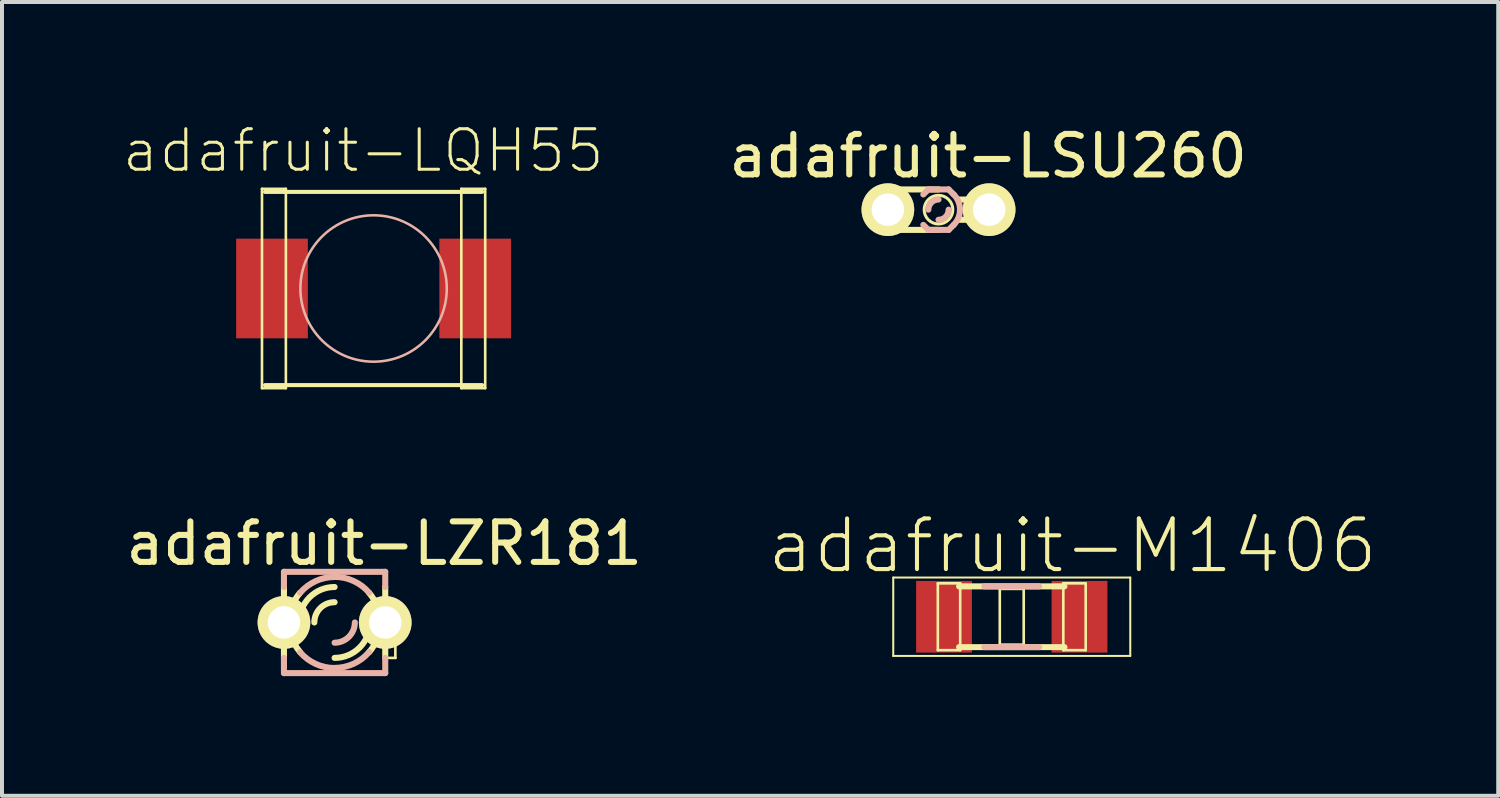
<source format=kicad_pcb>
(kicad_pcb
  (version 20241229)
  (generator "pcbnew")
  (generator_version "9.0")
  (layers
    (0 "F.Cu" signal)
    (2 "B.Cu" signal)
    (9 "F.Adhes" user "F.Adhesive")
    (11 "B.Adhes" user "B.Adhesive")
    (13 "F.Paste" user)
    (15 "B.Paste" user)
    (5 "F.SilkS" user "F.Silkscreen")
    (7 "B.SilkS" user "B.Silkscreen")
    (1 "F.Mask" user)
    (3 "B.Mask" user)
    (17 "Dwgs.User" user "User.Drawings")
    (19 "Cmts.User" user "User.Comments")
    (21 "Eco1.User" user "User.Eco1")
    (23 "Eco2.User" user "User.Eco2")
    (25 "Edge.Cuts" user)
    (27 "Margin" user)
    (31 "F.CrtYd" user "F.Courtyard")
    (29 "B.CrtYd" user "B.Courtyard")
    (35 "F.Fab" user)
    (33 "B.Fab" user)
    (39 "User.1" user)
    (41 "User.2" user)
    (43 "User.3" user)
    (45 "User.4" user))
  (footprint "adafruit-LZR181"
    (layer "F.Cu")
    (at 5.341 12.56)
    (property "Reference" "adafruit-LZR181" (at 1.245 -1.981 0) (layer "F.SilkS") (effects (font (size 1.016 1.016) (thickness 0.152))))
    (attr exclude_from_pos_files exclude_from_bom)
    (fp_line (start -1.524 -0.254) (end -1.27 -0.254) (stroke (width 0.066) (type solid)) (layer "F.SilkS"))
    (fp_line (start -1.524 0.254) (end -1.524 -0.254) (stroke (width 0.066) (type solid)) (layer "F.SilkS"))
    (fp_line (start -1.524 0.254) (end -1.27 0.254) (stroke (width 0.066) (type solid)) (layer "F.SilkS"))
    (fp_line (start -1.27 0.254) (end -1.27 -0.254) (stroke (width 0.066) (type solid)) (layer "F.SilkS"))
    (fp_line (start -1.27 0.889) (end -1.27 -0.889) (stroke (width 0.152) (type solid)) (layer "F.SilkS"))
    (fp_line (start 1.27 -0.889) (end 1.27 0.889) (stroke (width 0.152) (type solid)) (layer "F.SilkS"))
    (fp_line (start 1.27 -0.254) (end 1.524 -0.254) (stroke (width 0.066) (type solid)) (layer "F.SilkS"))
    (fp_line (start 1.27 0.889) (end 1.27 -0.254) (stroke (width 0.066) (type solid)) (layer "F.SilkS"))
    (fp_line (start 1.27 0.889) (end 1.524 0.889) (stroke (width 0.066) (type solid)) (layer "F.SilkS"))
    (fp_line (start 1.524 0.889) (end 1.524 -0.254) (stroke (width 0.066) (type solid)) (layer "F.SilkS"))
    (fp_arc (start -1.143 0) (mid -1.072007 -0.396548) (end -0.867847 -0.743835) (stroke (width 0.1524) (type solid)) (layer "F.SilkS"))
    (fp_arc (start -0.889 0) (mid -0.628618 -0.628618) (end 0 -0.889) (stroke (width 0.1524) (type solid)) (layer "F.SilkS"))
    (fp_arc (start -0.86614 0.74168) (mid -1.069658 0.395119) (end -1.140301 -0.000525) (stroke (width 0.1524) (type solid)) (layer "F.SilkS"))
    (fp_arc (start -0.508 0) (mid -0.35921 -0.35921) (end 0 -0.508) (stroke (width 0.1524) (type solid)) (layer "F.SilkS"))
    (fp_arc (start 0.86614 -0.74168) (mid 1.069658 -0.395119) (end 1.140301 0.000525) (stroke (width 0.1524) (type solid)) (layer "F.SilkS"))
    (fp_arc (start 0.889 0) (mid 0.628618 0.628618) (end 0 0.889) (stroke (width 0.1524) (type solid)) (layer "F.SilkS"))
    (fp_arc (start 1.143 0) (mid 1.072007 0.396548) (end 0.867847 0.743835) (stroke (width 0.1524) (type solid)) (layer "F.SilkS"))
    (fp_line (start -1.27 -1.27) (end -1.27 -0.889) (stroke (width 0.152) (type solid)) (layer "B.SilkS"))
    (fp_line (start -1.27 -1.27) (end 1.27 -1.27) (stroke (width 0.152) (type solid)) (layer "B.SilkS"))
    (fp_line (start -1.27 1.27) (end -1.27 0.889) (stroke (width 0.152) (type solid)) (layer "B.SilkS"))
    (fp_line (start -1.27 1.27) (end 1.27 1.27) (stroke (width 0.152) (type solid)) (layer "B.SilkS"))
    (fp_line (start 1.27 -1.27) (end 1.27 -0.889) (stroke (width 0.152) (type solid)) (layer "B.SilkS"))
    (fp_line (start 1.27 1.27) (end 1.27 0.889) (stroke (width 0.152) (type solid)) (layer "B.SilkS"))
    (fp_arc (start -0.86614 -0.74168) (mid -0.477875 -1.035337) (end -0.002515 -1.140299) (stroke (width 0.1524) (type solid)) (layer "B.SilkS"))
    (fp_arc (start 0 -1.143) (mid 0.476716 -1.038841) (end 0.866548 -0.745348) (stroke (width 0.1524) (type solid)) (layer "B.SilkS"))
    (fp_arc (start 0 1.143) (mid -0.476716 1.038841) (end -0.866548 0.745348) (stroke (width 0.1524) (type solid)) (layer "B.SilkS"))
    (fp_arc (start 0.508 0) (mid 0.35921 0.35921) (end 0 0.508) (stroke (width 0.1524) (type solid)) (layer "B.SilkS"))
    (fp_arc (start 0.86614 0.74168) (mid 0.477875 1.035337) (end 0.002515 1.140299) (stroke (width 0.1524) (type solid)) (layer "B.SilkS"))
    (pad "A" thru_hole circle (at -1.27 0) (size 1.321 1.321) (drill 0.813) (layers "*.Cu" "F.Mask" "F.SilkS" "F.Paste"))
    (pad "K" thru_hole circle (at 1.27 0) (size 1.321 1.321) (drill 0.813) (layers "*.Cu" "F.Mask" "F.SilkS" "F.Paste")))
  (footprint "adafruit-LQH55"
    (layer "F.Cu")
    (at 6.319 4.185)
    (property "Reference" "adafruit-LQH55" (at -0.259 -3.457 0) (layer "F.SilkS") (effects (font (size 1.016 1.016) (thickness 0.076))))
    (attr smd)
    (fp_line (start -2.799 -2.499) (end -2.2 -2.499) (stroke (width 0.066) (type solid)) (layer "F.SilkS"))
    (fp_line (start -2.799 2.499) (end -2.799 -2.499) (stroke (width 0.066) (type solid)) (layer "F.SilkS"))
    (fp_line (start -2.799 2.499) (end -2.2 2.499) (stroke (width 0.066) (type solid)) (layer "F.SilkS"))
    (fp_line (start -2.723 -2.423) (end 2.723 -2.423) (stroke (width 0.102) (type solid)) (layer "F.SilkS"))
    (fp_line (start -2.2 2.499) (end -2.2 -2.499) (stroke (width 0.066) (type solid)) (layer "F.SilkS"))
    (fp_line (start 2.2 -2.499) (end 2.799 -2.499) (stroke (width 0.066) (type solid)) (layer "F.SilkS"))
    (fp_line (start 2.2 2.499) (end 2.2 -2.499) (stroke (width 0.066) (type solid)) (layer "F.SilkS"))
    (fp_line (start 2.2 2.499) (end 2.799 2.499) (stroke (width 0.066) (type solid)) (layer "F.SilkS"))
    (fp_line (start 2.723 2.423) (end -2.723 2.423) (stroke (width 0.102) (type solid)) (layer "F.SilkS"))
    (fp_line (start 2.799 2.499) (end 2.799 -2.499) (stroke (width 0.066) (type solid)) (layer "F.SilkS"))
    (fp_circle (center 0 0) (end -1.298 1.298) (stroke (width 0.064) (type solid)) (fill no) (layer "B.SilkS"))
    (pad "1" smd rect (at -2.548 0) (size 1.798 2.499) (layers "F.Cu" "F.Mask" "F.Paste"))
    (pad "2" smd rect (at 2.548 0) (size 1.798 2.499) (layers "F.Cu" "F.Mask" "F.Paste")))
  (footprint "adafruit-M1406"
    (layer "F.Cu")
    (at 22.323 12.417)
    (property "Reference" "adafruit-M1406" (at 1.524 -1.778 0) (layer "F.SilkS") (effects (font (size 1.27 1.27) (thickness 0.102))))
    (attr smd)
    (fp_line (start -2.972 -0.983) (end 2.972 -0.983) (stroke (width 0.051) (type solid)) (layer "F.SilkS"))
    (fp_line (start -2.972 0.983) (end -2.972 -0.983) (stroke (width 0.051) (type solid)) (layer "F.SilkS"))
    (fp_line (start -1.854 -0.838) (end -1.293 -0.838) (stroke (width 0.066) (type solid)) (layer "F.SilkS"))
    (fp_line (start -1.854 0.838) (end -1.854 -0.838) (stroke (width 0.066) (type solid)) (layer "F.SilkS"))
    (fp_line (start -1.854 0.838) (end -1.293 0.838) (stroke (width 0.066) (type solid)) (layer "F.SilkS"))
    (fp_line (start -1.293 0.838) (end -1.293 -0.838) (stroke (width 0.066) (type solid)) (layer "F.SilkS"))
    (fp_line (start -0.3 -0.699) (end 0.3 -0.699) (stroke (width 0.066) (type solid)) (layer "F.SilkS"))
    (fp_line (start -0.3 0.699) (end -0.3 -0.699) (stroke (width 0.066) (type solid)) (layer "F.SilkS"))
    (fp_line (start -0.3 0.699) (end 0.3 0.699) (stroke (width 0.066) (type solid)) (layer "F.SilkS"))
    (fp_line (start 0.3 0.699) (end 0.3 -0.699) (stroke (width 0.066) (type solid)) (layer "F.SilkS"))
    (fp_line (start 1.293 -0.838) (end 1.854 -0.838) (stroke (width 0.066) (type solid)) (layer "F.SilkS"))
    (fp_line (start 1.293 0.838) (end 1.293 -0.838) (stroke (width 0.066) (type solid)) (layer "F.SilkS"))
    (fp_line (start 1.293 0.838) (end 1.854 0.838) (stroke (width 0.066) (type solid)) (layer "F.SilkS"))
    (fp_line (start 1.321 -0.762) (end -1.321 -0.762) (stroke (width 0.152) (type solid)) (layer "F.SilkS"))
    (fp_line (start 1.321 0.762) (end -1.321 0.762) (stroke (width 0.152) (type solid)) (layer "F.SilkS"))
    (fp_line (start 1.854 0.838) (end 1.854 -0.838) (stroke (width 0.066) (type solid)) (layer "F.SilkS"))
    (fp_line (start 2.972 -0.983) (end 2.972 0.983) (stroke (width 0.051) (type solid)) (layer "F.SilkS"))
    (fp_line (start 2.972 0.983) (end -2.972 0.983) (stroke (width 0.051) (type solid)) (layer "F.SilkS"))
    (fp_line (start 0.686 -0.762) (end -0.686 -0.762) (stroke (width 0.152) (type solid)) (layer "B.SilkS"))
    (fp_line (start 0.686 0.762) (end -0.686 0.762) (stroke (width 0.152) (type solid)) (layer "B.SilkS"))
    (pad "1" smd rect (at -1.699 0) (size 1.4 1.798) (layers "F.Cu" "F.Mask" "F.Paste"))
    (pad "2" smd rect (at 1.699 0) (size 1.4 1.798) (layers "F.Cu" "F.Mask" "F.Paste")))
  (footprint "adafruit-LSU260"
    (layer "F.Cu")
    (at 20.486 2.208)
    (property "Reference" "adafruit-LSU260" (at 1.245 -1.346 0) (layer "F.SilkS") (effects (font (size 1.016 1.016) (thickness 0.152))))
    (attr exclude_from_pos_files exclude_from_bom)
    (fp_line (start -1.397 -0.254) (end -1.143 -0.254) (stroke (width 0.066) (type solid)) (layer "F.SilkS"))
    (fp_line (start -1.397 -0.254) (end -1.143 -0.254) (stroke (width 0.152) (type solid)) (layer "F.SilkS"))
    (fp_line (start -1.397 0.254) (end -1.397 -0.254) (stroke (width 0.066) (type solid)) (layer "F.SilkS"))
    (fp_line (start -1.397 0.254) (end -1.397 -0.254) (stroke (width 0.152) (type solid)) (layer "F.SilkS"))
    (fp_line (start -1.397 0.254) (end -1.143 0.254) (stroke (width 0.066) (type solid)) (layer "F.SilkS"))
    (fp_line (start -1.143 -0.508) (end 0 -0.508) (stroke (width 0.152) (type solid)) (layer "F.SilkS"))
    (fp_line (start -1.143 -0.254) (end -1.143 -0.508) (stroke (width 0.152) (type solid)) (layer "F.SilkS"))
    (fp_line (start -1.143 0.254) (end -1.397 0.254) (stroke (width 0.152) (type solid)) (layer "F.SilkS"))
    (fp_line (start -1.143 0.254) (end -1.143 -0.254) (stroke (width 0.066) (type solid)) (layer "F.SilkS"))
    (fp_line (start -1.143 0.254) (end -1.143 -0.254) (stroke (width 0.152) (type solid)) (layer "F.SilkS"))
    (fp_line (start -1.143 0.508) (end -1.143 0.254) (stroke (width 0.152) (type solid)) (layer "F.SilkS"))
    (fp_line (start 0 0.508) (end -1.143 0.508) (stroke (width 0.152) (type solid)) (layer "F.SilkS"))
    (fp_line (start 0.508 -0.254) (end 1.397 -0.254) (stroke (width 0.066) (type solid)) (layer "F.SilkS"))
    (fp_line (start 0.508 0.254) (end 0.508 -0.254) (stroke (width 0.066) (type solid)) (layer "F.SilkS"))
    (fp_line (start 0.508 0.254) (end 1.397 0.254) (stroke (width 0.066) (type solid)) (layer "F.SilkS"))
    (fp_line (start 0.508 0.254) (end 1.397 0.254) (stroke (width 0.152) (type solid)) (layer "F.SilkS"))
    (fp_line (start 1.397 -0.254) (end 0.508 -0.254) (stroke (width 0.152) (type solid)) (layer "F.SilkS"))
    (fp_line (start 1.397 0.254) (end 1.397 -0.254) (stroke (width 0.066) (type solid)) (layer "F.SilkS"))
    (fp_line (start 1.397 0.254) (end 1.397 -0.254) (stroke (width 0.152) (type solid)) (layer "F.SilkS"))
    (fp_circle (center 0 0) (end -0.254 0.254) (stroke (width 0.076) (type solid)) (fill no) (layer "F.SilkS"))
    (fp_line (start -0.381 -0.381) (end -0.254 -0.508) (stroke (width 0.152) (type solid)) (layer "B.SilkS"))
    (fp_line (start -0.381 0.381) (end -0.254 0.508) (stroke (width 0.152) (type solid)) (layer "B.SilkS"))
    (fp_line (start 0.254 -0.508) (end -0.254 -0.508) (stroke (width 0.152) (type solid)) (layer "B.SilkS"))
    (fp_line (start 0.254 0.508) (end -0.254 0.508) (stroke (width 0.152) (type solid)) (layer "B.SilkS"))
    (fp_line (start 0.381 -0.381) (end 0.254 -0.508) (stroke (width 0.152) (type solid)) (layer "B.SilkS"))
    (fp_line (start 0.381 0.381) (end 0.254 0.508) (stroke (width 0.152) (type solid)) (layer "B.SilkS"))
    (fp_arc (start -0.254 0) (mid -0.179605 -0.179605) (end 0 -0.254) (stroke (width 0.1524) (type solid)) (layer "B.SilkS"))
    (fp_arc (start 0.254 0) (mid 0.179605 0.179605) (end 0 0.254) (stroke (width 0.1524) (type solid)) (layer "B.SilkS"))
    (fp_arc (start 0.381 -0.381) (mid 0.538815 0) (end 0.381 0.381) (stroke (width 0.1524) (type solid)) (layer "B.SilkS"))
    (pad "A" thru_hole circle (at -1.27 0) (size 1.321 1.321) (drill 0.813) (layers "*.Cu" "F.Mask" "F.SilkS" "F.Paste"))
    (pad "K" thru_hole circle (at 1.27 0) (size 1.321 1.321) (drill 0.813) (layers "*.Cu" "F.Mask" "F.SilkS" "F.Paste")))
  (gr_rect
    (start -3 -3)
    (end 34.523 16.907)
    (stroke (width 0.1) (type default))
    (fill no)
    (layer "Edge.Cuts")))
</source>
